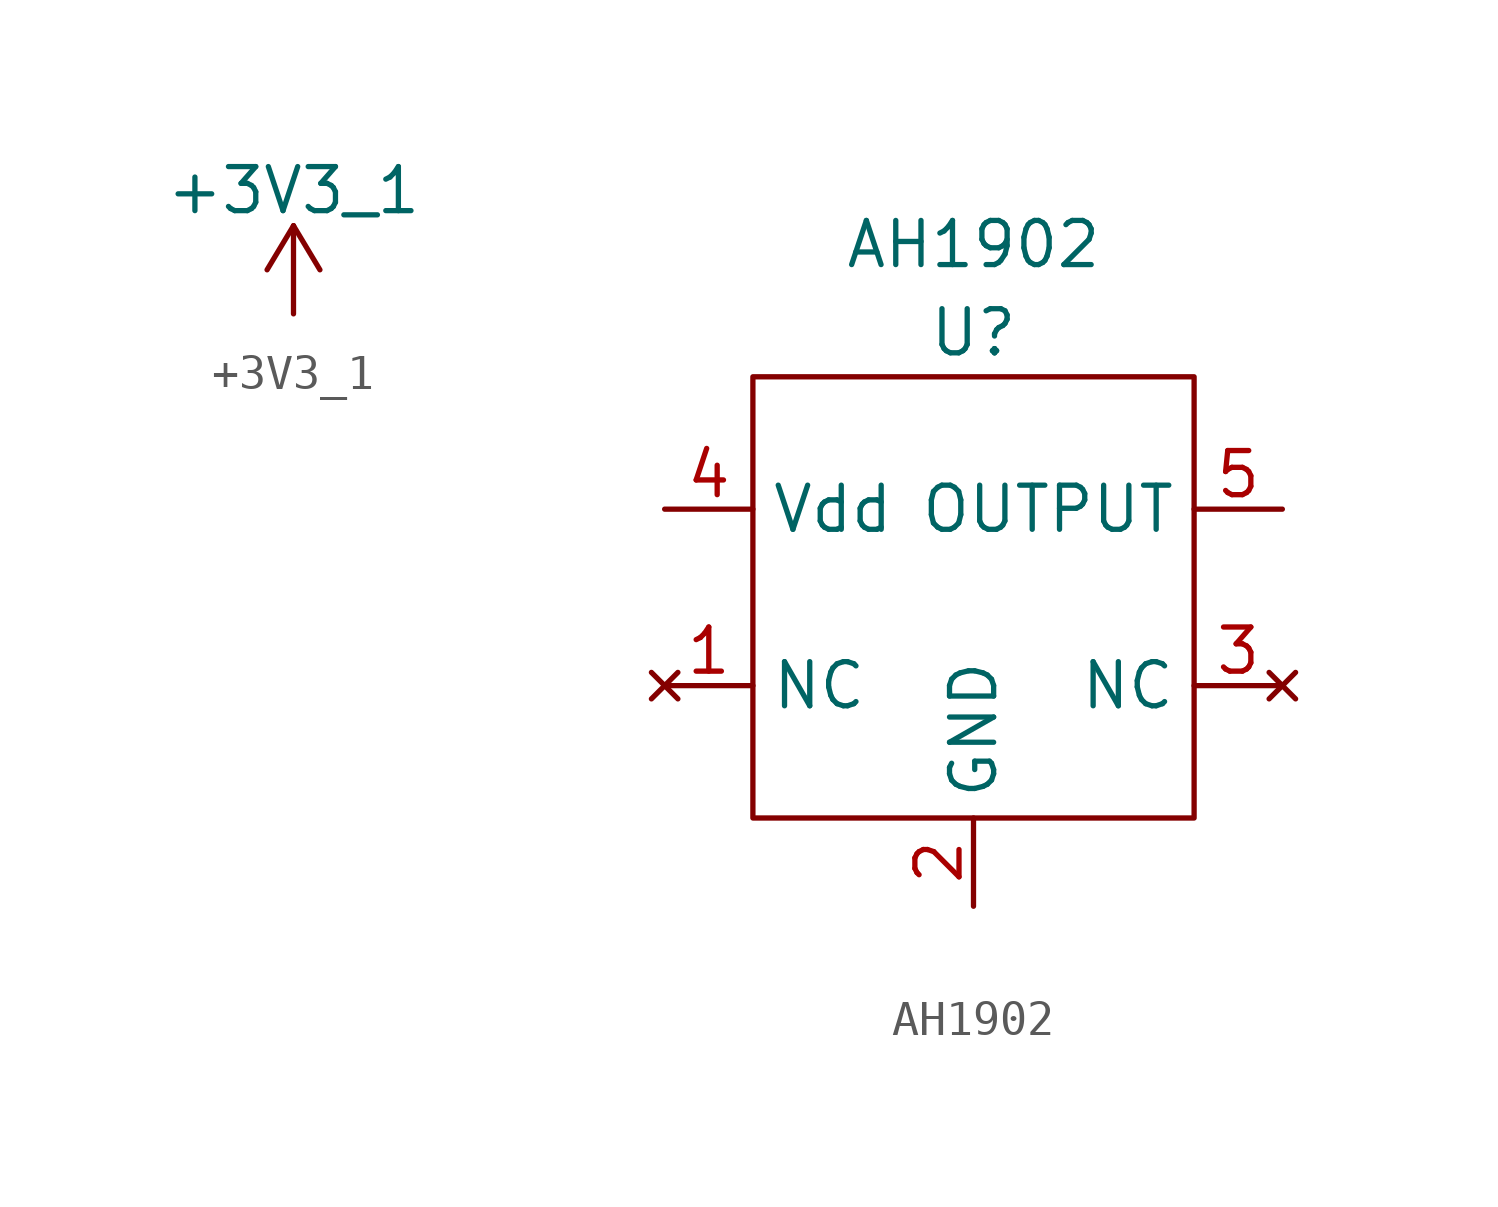
<source format=kicad_sym>
(kicad_symbol_lib
  (version 20211014)
  (generator kicad_symbol_editor)
  (symbol "+3V3_1"
    (power)
    (pin_names
      (offset 0))
    (property "Reference" "#PWR"
      (at 0 -3.81 0)
      (effects (font (size 1.27 1.27)) hide))
    (property "Value" "+3V3_1"
      (at 0 3.556 0)
      (effects (font (size 1.27 1.27))))
    (symbol "+3V3_1_0_1"
      (polyline (pts (xy -0.762 1.27) (xy 0 2.54)) (stroke (width 0) (type default) (color 0 0 0 0)) (fill (type none)))
      (polyline (pts (xy 0 0) (xy 0 2.54)) (stroke (width 0) (type default) (color 0 0 0 0)) (fill (type none)))
      (polyline (pts (xy 0 2.54) (xy 0.762 1.27)) (stroke (width 0) (type default) (color 0 0 0 0)) (fill (type none))))
    (symbol "+3V3_1_1_1"
      (pin power_in line (at 0 0 90) (length 0) hide (name "+3V3_1" (effects (font (size 1.27 1.27)))) (number "1" (effects (font (size 1.27 1.27)))))))
  (symbol "AH1902"
    (property "Reference" "U"
      (at 0 7.62 0)
      (effects (font (size 1.27 1.27))))
    (property "Value" "AH1902"
      (at 0 10.16 0)
      (effects (font (size 1.27 1.27))))
    (symbol "AH1902_0_1"
      (rectangle (start -6.35 6.35) (end 6.35 -6.35) (stroke (width 0) (type default) (color 0 0 0 0)) (fill (type none))))
    (symbol "AH1902_1_1"
      (pin no_connect line (at -8.89 -2.54 0) (length 2.54) (name "NC" (effects (font (size 1.27 1.27)))) (number "1" (effects (font (size 1.27 1.27)))))
      (pin power_in line (at 0 -8.89 90) (length 2.54) (name "GND" (effects (font (size 1.27 1.27)))) (number "2" (effects (font (size 1.27 1.27)))))
      (pin no_connect line (at 8.89 -2.54 180) (length 2.54) (name "NC" (effects (font (size 1.27 1.27)))) (number "3" (effects (font (size 1.27 1.27)))))
      (pin power_in line (at -8.89 2.54 0) (length 2.54) (name "Vdd" (effects (font (size 1.27 1.27)))) (number "4" (effects (font (size 1.27 1.27)))))
      (pin output line (at 8.89 2.54 180) (length 2.54) (name "OUTPUT" (effects (font (size 1.27 1.27)))) (number "5" (effects (font (size 1.27 1.27))))))))
</source>
